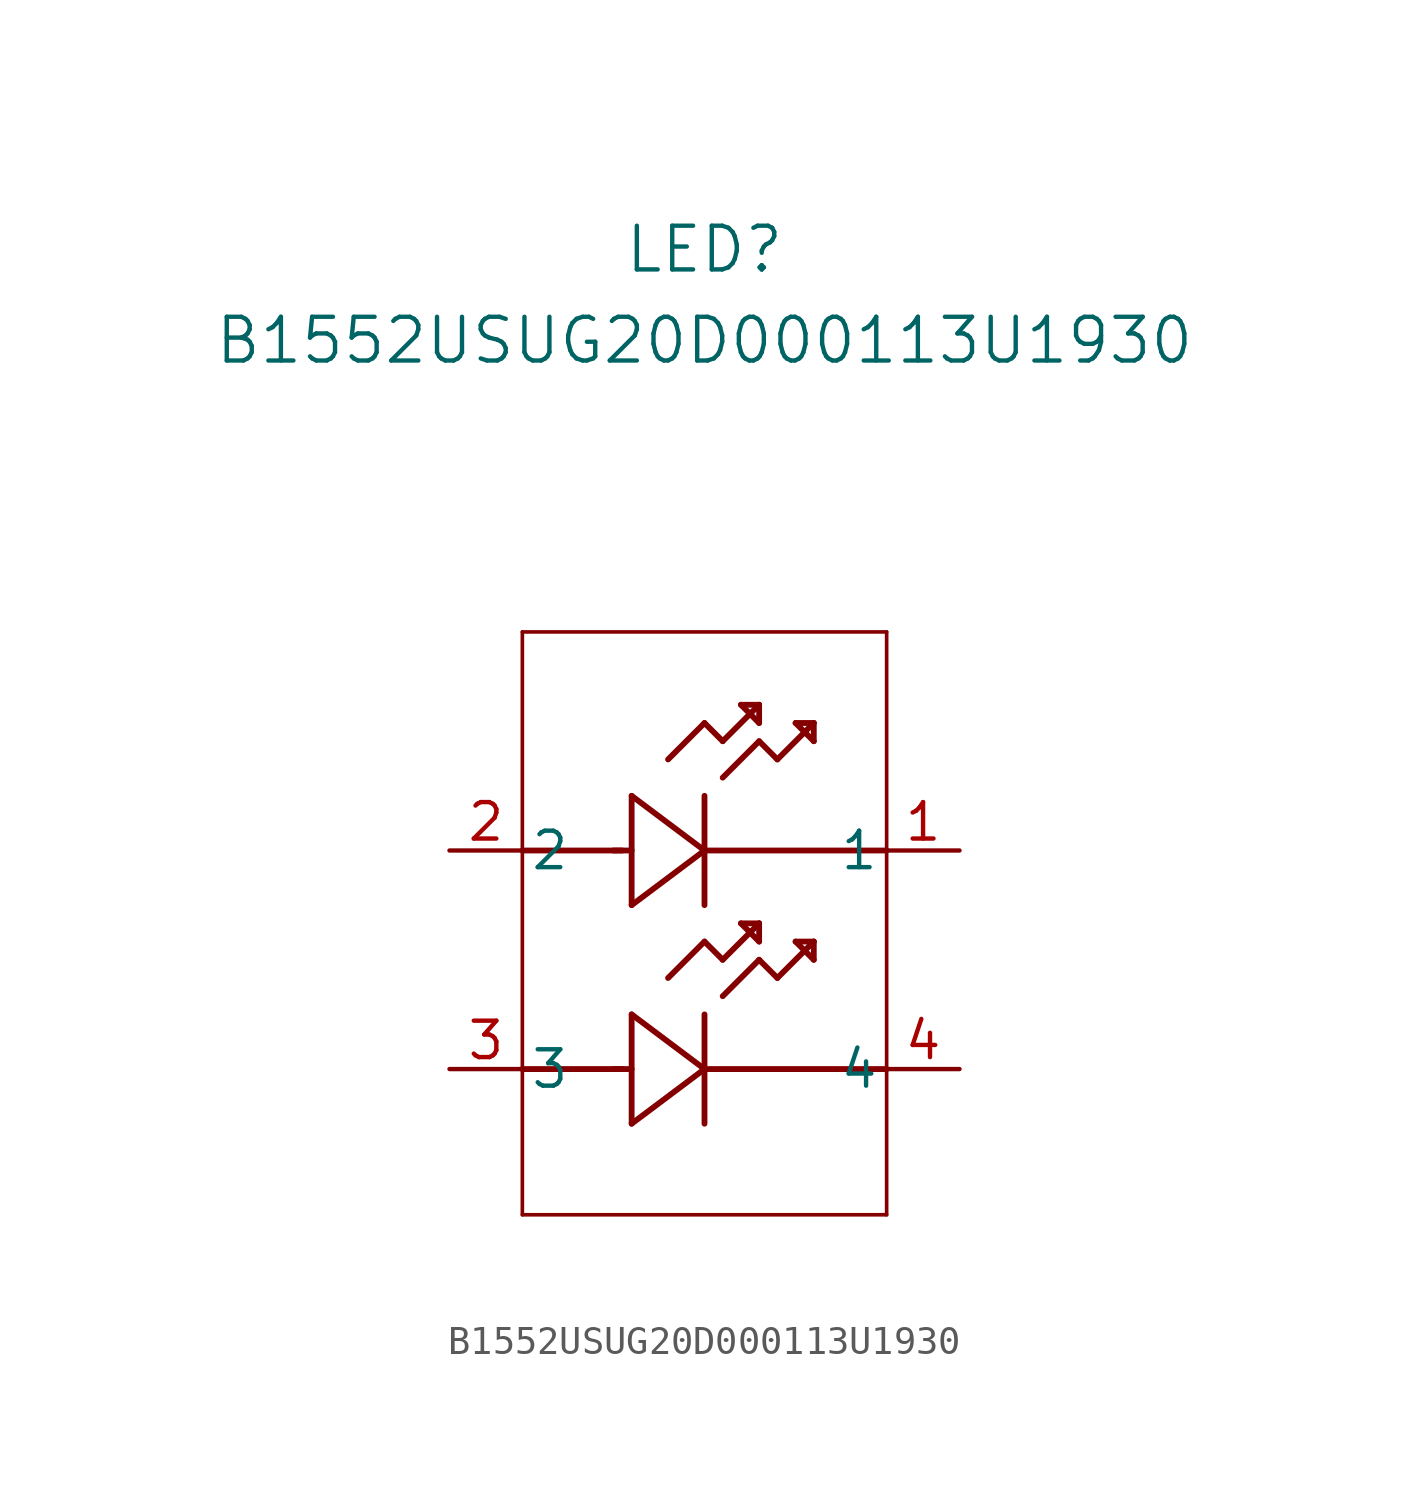
<source format=kicad_sym>
(kicad_symbol_lib
  (version 20211014)
  (generator kicad_symbol_editor)
  (symbol "B1552USUG20D000113U1930"
    (pin_names
      (offset 0.254))
    (property "Reference" "LED"
      (at 8.89 20.955 0)
      (effects (font (size 1.524 1.524))))
    (property "Value" "B1552USUG20D000113U1930"
      (at 8.89 17.78 0)
      (effects (font (size 1.524 1.524))))
    (symbol "B1552USUG20D000113U1930_0_1"
      (polyline (pts (xy 6.35 -1.905) (xy 8.89 0)) (stroke (width 0.203) (type default) (color 0 0 0 0)) (fill (type none)))
      (polyline (pts (xy 7.62 3.175) (xy 8.89 4.445)) (stroke (width 0.203) (type default) (color 0 0 0 0)) (fill (type none)))
      (polyline (pts (xy 2.54 0) (xy 6.02 0)) (stroke (width 0.203) (type default) (color 0 0 0 0)) (fill (type none)))
      (polyline (pts (xy 6.35 1.905) (xy 6.35 -1.905)) (stroke (width 0.203) (type default) (color 0 0 0 0)) (fill (type none)))
      (polyline (pts (xy 5.715 0) (xy 6.35 0)) (stroke (width 0.203) (type default) (color 0 0 0 0)) (fill (type none)))
      (polyline (pts (xy 8.89 -1.905) (xy 8.89 1.905)) (stroke (width 0.203) (type default) (color 0 0 0 0)) (fill (type none)))
      (polyline (pts (xy 8.89 0) (xy 15.24 0)) (stroke (width 0.203) (type default) (color 0 0 0 0)) (fill (type none)))
      (polyline (pts (xy 8.89 4.445) (xy 9.525 3.81)) (stroke (width 0.203) (type default) (color 0 0 0 0)) (fill (type none)))
      (polyline (pts (xy 9.525 3.81) (xy 10.795 5.08)) (stroke (width 0.203) (type default) (color 0 0 0 0)) (fill (type none)))
      (polyline (pts (xy 10.795 3.81) (xy 11.43 3.175)) (stroke (width 0.203) (type default) (color 0 0 0 0)) (fill (type none)))
      (polyline (pts (xy 11.43 3.175) (xy 12.7 4.445)) (stroke (width 0.203) (type default) (color 0 0 0 0)) (fill (type none)))
      (polyline (pts (xy 10.795 5.08) (xy 10.16 5.08)) (stroke (width 0.203) (type default) (color 0 0 0 0)) (fill (type none)))
      (polyline (pts (xy 10.16 5.08) (xy 10.795 4.445)) (stroke (width 0.203) (type default) (color 0 0 0 0)) (fill (type none)))
      (polyline (pts (xy 10.795 4.445) (xy 10.795 5.08)) (stroke (width 0.203) (type default) (color 0 0 0 0)) (fill (type none)))
      (polyline (pts (xy 12.7 4.445) (xy 12.065 4.445)) (stroke (width 0.203) (type default) (color 0 0 0 0)) (fill (type none)))
      (polyline (pts (xy 12.065 4.445) (xy 12.7 3.81)) (stroke (width 0.203) (type default) (color 0 0 0 0)) (fill (type none)))
      (polyline (pts (xy 12.7 3.81) (xy 12.7 4.445)) (stroke (width 0.203) (type default) (color 0 0 0 0)) (fill (type none)))
      (polyline (pts (xy 9.525 2.54) (xy 10.795 3.81)) (stroke (width 0.203) (type default) (color 0 0 0 0)) (fill (type none)))
      (polyline (pts (xy 8.89 0) (xy 6.35 1.905)) (stroke (width 0.203) (type default) (color 0 0 0 0)) (fill (type none)))
      (polyline (pts (xy 2.54 7.62) (xy 2.54 -12.7)) (stroke (width 0.127) (type default) (color 0 0 0 0)) (fill (type none)))
      (polyline (pts (xy 6.35 -5.715) (xy 6.35 -9.525)) (stroke (width 0.203) (type default) (color 0 0 0 0)) (fill (type none)))
      (polyline (pts (xy 5.715 -7.62) (xy 6.35 -7.62)) (stroke (width 0.203) (type default) (color 0 0 0 0)) (fill (type none)))
      (polyline (pts (xy 8.89 -9.525) (xy 8.89 -5.715)) (stroke (width 0.203) (type default) (color 0 0 0 0)) (fill (type none)))
      (polyline (pts (xy 8.89 -7.62) (xy 15.24 -7.62)) (stroke (width 0.203) (type default) (color 0 0 0 0)) (fill (type none)))
      (polyline (pts (xy 8.89 -3.175) (xy 9.525 -3.81)) (stroke (width 0.203) (type default) (color 0 0 0 0)) (fill (type none)))
      (polyline (pts (xy 9.525 -3.81) (xy 10.795 -2.54)) (stroke (width 0.203) (type default) (color 0 0 0 0)) (fill (type none)))
      (polyline (pts (xy 10.795 -3.81) (xy 11.43 -4.445)) (stroke (width 0.203) (type default) (color 0 0 0 0)) (fill (type none)))
      (polyline (pts (xy 11.43 -4.445) (xy 12.7 -3.175)) (stroke (width 0.203) (type default) (color 0 0 0 0)) (fill (type none)))
      (polyline (pts (xy 10.795 -2.54) (xy 10.16 -2.54)) (stroke (width 0.203) (type default) (color 0 0 0 0)) (fill (type none)))
      (polyline (pts (xy 10.16 -2.54) (xy 10.795 -3.175)) (stroke (width 0.203) (type default) (color 0 0 0 0)) (fill (type none)))
      (polyline (pts (xy 10.795 -3.175) (xy 10.795 -2.54)) (stroke (width 0.203) (type default) (color 0 0 0 0)) (fill (type none)))
      (polyline (pts (xy 12.7 -3.175) (xy 12.065 -3.175)) (stroke (width 0.203) (type default) (color 0 0 0 0)) (fill (type none)))
      (polyline (pts (xy 12.065 -3.175) (xy 12.7 -3.81)) (stroke (width 0.203) (type default) (color 0 0 0 0)) (fill (type none)))
      (polyline (pts (xy 12.7 -3.81) (xy 12.7 -3.175)) (stroke (width 0.203) (type default) (color 0 0 0 0)) (fill (type none)))
      (polyline (pts (xy 9.525 -5.08) (xy 10.795 -3.81)) (stroke (width 0.203) (type default) (color 0 0 0 0)) (fill (type none)))
      (polyline (pts (xy 8.89 -7.62) (xy 6.35 -5.715)) (stroke (width 0.203) (type default) (color 0 0 0 0)) (fill (type none)))
      (polyline (pts (xy 6.35 -9.525) (xy 8.89 -7.62)) (stroke (width 0.203) (type default) (color 0 0 0 0)) (fill (type none)))
      (polyline (pts (xy 7.62 -4.445) (xy 8.89 -3.175)) (stroke (width 0.203) (type default) (color 0 0 0 0)) (fill (type none)))
      (polyline (pts (xy 2.54 -12.7) (xy 15.24 -12.7)) (stroke (width 0.127) (type default) (color 0 0 0 0)) (fill (type none)))
      (polyline (pts (xy 15.24 -12.7) (xy 15.24 7.62)) (stroke (width 0.127) (type default) (color 0 0 0 0)) (fill (type none)))
      (polyline (pts (xy 15.24 7.62) (xy 2.54 7.62)) (stroke (width 0.127) (type default) (color 0 0 0 0)) (fill (type none)))
      (polyline (pts (xy 2.54 -7.62) (xy 6.02 -7.62)) (stroke (width 0.203) (type default) (color 0 0 0 0)) (fill (type none)))
      (pin unspecified line (at 17.78 0 180) (length 2.54) (name "1" (effects (font (size 1.27 1.27)))) (number "1" (effects (font (size 1.27 1.27)))))
      (pin unspecified line (at 0 0 0) (length 2.54) (name "2" (effects (font (size 1.27 1.27)))) (number "2" (effects (font (size 1.27 1.27)))))
      (pin unspecified line (at 0 -7.62 0) (length 2.54) (name "3" (effects (font (size 1.27 1.27)))) (number "3" (effects (font (size 1.27 1.27)))))
      (pin unspecified line (at 17.78 -7.62 180) (length 2.54) (name "4" (effects (font (size 1.27 1.27)))) (number "4" (effects (font (size 1.27 1.27))))))))
</source>
